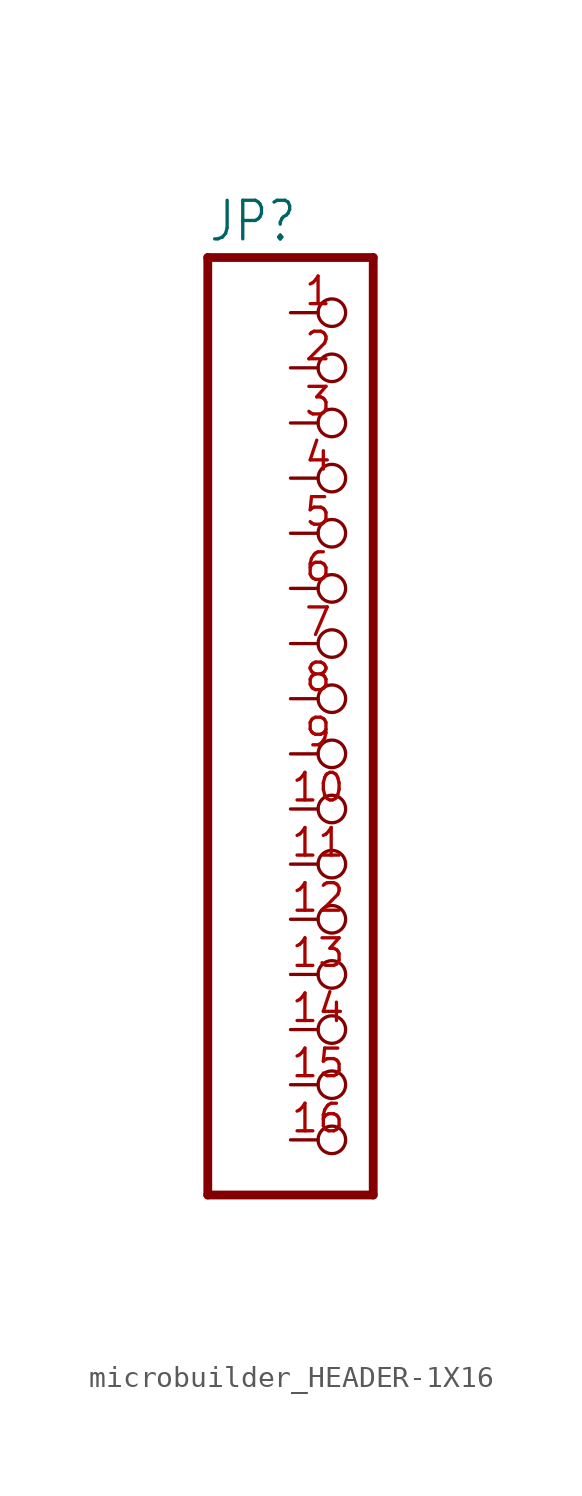
<source format=kicad_sym>
(kicad_symbol_lib
  (version 20231120)
  (generator "kicad_symbol_editor")
  (generator_version "8.0")
  (symbol "microbuilder_HEADER-1X16"
    (property "Reference" "JP"
      (at -6.35 20.955 0)
      (effects (font (size 1.778 1.511)) (justify left bottom)))
    (property "Value" ""
      (at -6.35 -25.4 0)
      (effects (font (size 1.778 1.511)) (justify left bottom)))
    (property "ki_locked" ""
      (at 0 0 0)
      (effects (font (size 1.27 1.27))))
    (symbol "microbuilder_HEADER-1X16_1_0"
      (polyline (pts (xy -6.35 -22.86) (xy 1.27 -22.86)) (stroke (width 0.406) (type solid)) (fill (type none)))
      (polyline (pts (xy -6.35 20.32) (xy -6.35 -22.86)) (stroke (width 0.406) (type solid)) (fill (type none)))
      (polyline (pts (xy 1.27 -22.86) (xy 1.27 20.32)) (stroke (width 0.406) (type solid)) (fill (type none)))
      (polyline (pts (xy 1.27 20.32) (xy -6.35 20.32)) (stroke (width 0.406) (type solid)) (fill (type none)))
      (pin passive inverted (at -2.54 17.78 0) (length 2.54) (name "1" (effects (font (size 0 0)))) (number "1" (effects (font (size 1.27 1.27)))))
      (pin passive inverted (at -2.54 -5.08 0) (length 2.54) (name "10" (effects (font (size 0 0)))) (number "10" (effects (font (size 1.27 1.27)))))
      (pin passive inverted (at -2.54 -7.62 0) (length 2.54) (name "11" (effects (font (size 0 0)))) (number "11" (effects (font (size 1.27 1.27)))))
      (pin passive inverted (at -2.54 -10.16 0) (length 2.54) (name "12" (effects (font (size 0 0)))) (number "12" (effects (font (size 1.27 1.27)))))
      (pin passive inverted (at -2.54 -12.7 0) (length 2.54) (name "13" (effects (font (size 0 0)))) (number "13" (effects (font (size 1.27 1.27)))))
      (pin passive inverted (at -2.54 -15.24 0) (length 2.54) (name "14" (effects (font (size 0 0)))) (number "14" (effects (font (size 1.27 1.27)))))
      (pin passive inverted (at -2.54 -17.78 0) (length 2.54) (name "15" (effects (font (size 0 0)))) (number "15" (effects (font (size 1.27 1.27)))))
      (pin passive inverted (at -2.54 -20.32 0) (length 2.54) (name "16" (effects (font (size 0 0)))) (number "16" (effects (font (size 1.27 1.27)))))
      (pin passive inverted (at -2.54 15.24 0) (length 2.54) (name "2" (effects (font (size 0 0)))) (number "2" (effects (font (size 1.27 1.27)))))
      (pin passive inverted (at -2.54 12.7 0) (length 2.54) (name "3" (effects (font (size 0 0)))) (number "3" (effects (font (size 1.27 1.27)))))
      (pin passive inverted (at -2.54 10.16 0) (length 2.54) (name "4" (effects (font (size 0 0)))) (number "4" (effects (font (size 1.27 1.27)))))
      (pin passive inverted (at -2.54 7.62 0) (length 2.54) (name "5" (effects (font (size 0 0)))) (number "5" (effects (font (size 1.27 1.27)))))
      (pin passive inverted (at -2.54 5.08 0) (length 2.54) (name "6" (effects (font (size 0 0)))) (number "6" (effects (font (size 1.27 1.27)))))
      (pin passive inverted (at -2.54 2.54 0) (length 2.54) (name "7" (effects (font (size 0 0)))) (number "7" (effects (font (size 1.27 1.27)))))
      (pin passive inverted (at -2.54 0 0) (length 2.54) (name "8" (effects (font (size 0 0)))) (number "8" (effects (font (size 1.27 1.27)))))
      (pin passive inverted (at -2.54 -2.54 0) (length 2.54) (name "9" (effects (font (size 0 0)))) (number "9" (effects (font (size 1.27 1.27))))))))
</source>
